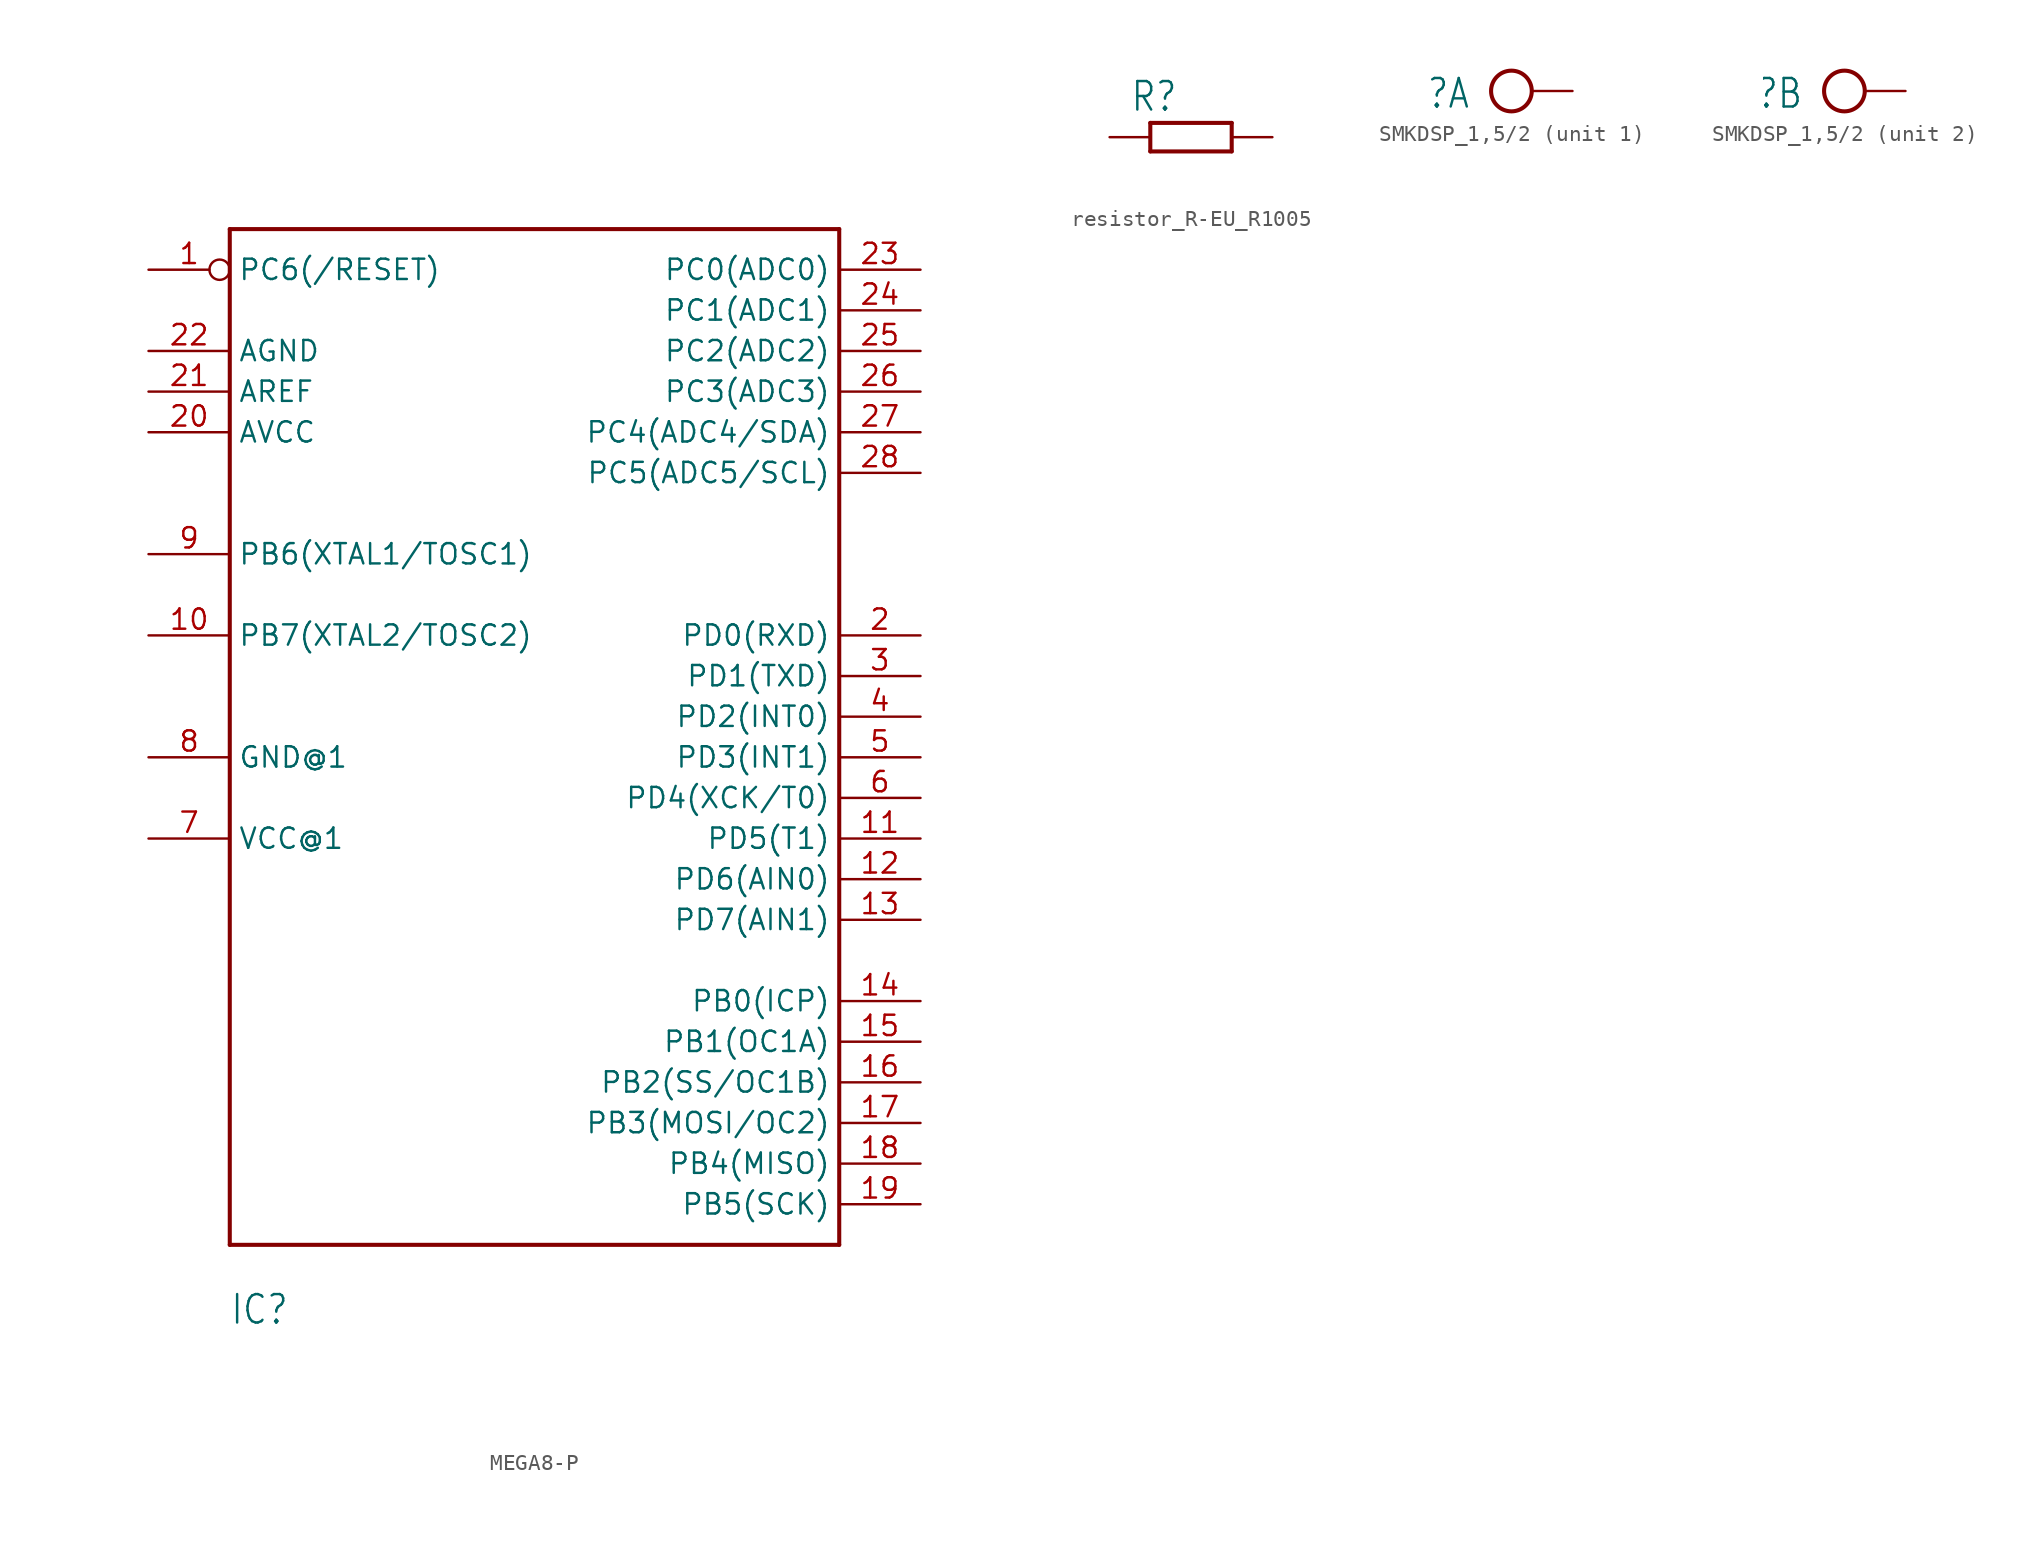
<source format=kicad_sym>
(kicad_symbol_lib
  (version 20231120)
  (generator "kicad_symbol_editor")
  (generator_version "8.0")
  (symbol "MEGA8-P"
    (property "Reference" "IC"
      (at -17.78 -38.1 0)
      (effects (font (size 1.778 1.511)) (justify left bottom)))
    (property "Value" ""
      (at -5.08 33.02 0)
      (effects (font (size 1.778 1.511)) (justify left bottom)))
    (property "ki_locked" ""
      (at 0 0 0)
      (effects (font (size 1.27 1.27))))
    (symbol "MEGA8-P_1_0"
      (polyline (pts (xy -17.78 -33.02) (xy -17.78 30.48)) (stroke (width 0.254) (type solid)) (fill (type none)))
      (polyline (pts (xy -17.78 30.48) (xy 20.32 30.48)) (stroke (width 0.254) (type solid)) (fill (type none)))
      (polyline (pts (xy 20.32 -33.02) (xy -17.78 -33.02)) (stroke (width 0.254) (type solid)) (fill (type none)))
      (polyline (pts (xy 20.32 30.48) (xy 20.32 -33.02)) (stroke (width 0.254) (type solid)) (fill (type none)))
      (pin bidirectional inverted (at -22.86 27.94 0) (length 5.08) (name "PC6(/RESET)" (effects (font (size 1.27 1.27)))) (number "1" (effects (font (size 1.27 1.27)))))
      (pin bidirectional line (at -22.86 5.08 0) (length 5.08) (name "PB7(XTAL2/TOSC2)" (effects (font (size 1.27 1.27)))) (number "10" (effects (font (size 1.27 1.27)))))
      (pin bidirectional line (at 25.4 -7.62 180) (length 5.08) (name "PD5(T1)" (effects (font (size 1.27 1.27)))) (number "11" (effects (font (size 1.27 1.27)))))
      (pin bidirectional line (at 25.4 -10.16 180) (length 5.08) (name "PD6(AIN0)" (effects (font (size 1.27 1.27)))) (number "12" (effects (font (size 1.27 1.27)))))
      (pin bidirectional line (at 25.4 -12.7 180) (length 5.08) (name "PD7(AIN1)" (effects (font (size 1.27 1.27)))) (number "13" (effects (font (size 1.27 1.27)))))
      (pin bidirectional line (at 25.4 -17.78 180) (length 5.08) (name "PB0(ICP)" (effects (font (size 1.27 1.27)))) (number "14" (effects (font (size 1.27 1.27)))))
      (pin bidirectional line (at 25.4 -20.32 180) (length 5.08) (name "PB1(OC1A)" (effects (font (size 1.27 1.27)))) (number "15" (effects (font (size 1.27 1.27)))))
      (pin bidirectional line (at 25.4 -22.86 180) (length 5.08) (name "PB2(SS/OC1B)" (effects (font (size 1.27 1.27)))) (number "16" (effects (font (size 1.27 1.27)))))
      (pin bidirectional line (at 25.4 -25.4 180) (length 5.08) (name "PB3(MOSI/OC2)" (effects (font (size 1.27 1.27)))) (number "17" (effects (font (size 1.27 1.27)))))
      (pin bidirectional line (at 25.4 -27.94 180) (length 5.08) (name "PB4(MISO)" (effects (font (size 1.27 1.27)))) (number "18" (effects (font (size 1.27 1.27)))))
      (pin bidirectional line (at 25.4 -30.48 180) (length 5.08) (name "PB5(SCK)" (effects (font (size 1.27 1.27)))) (number "19" (effects (font (size 1.27 1.27)))))
      (pin bidirectional line (at 25.4 5.08 180) (length 5.08) (name "PD0(RXD)" (effects (font (size 1.27 1.27)))) (number "2" (effects (font (size 1.27 1.27)))))
      (pin bidirectional line (at -22.86 17.78 0) (length 5.08) (name "AVCC" (effects (font (size 1.27 1.27)))) (number "20" (effects (font (size 1.27 1.27)))))
      (pin bidirectional line (at -22.86 20.32 0) (length 5.08) (name "AREF" (effects (font (size 1.27 1.27)))) (number "21" (effects (font (size 1.27 1.27)))))
      (pin bidirectional line (at -22.86 22.86 0) (length 5.08) (name "AGND" (effects (font (size 1.27 1.27)))) (number "22" (effects (font (size 1.27 1.27)))))
      (pin bidirectional line (at 25.4 27.94 180) (length 5.08) (name "PC0(ADC0)" (effects (font (size 1.27 1.27)))) (number "23" (effects (font (size 1.27 1.27)))))
      (pin bidirectional line (at 25.4 25.4 180) (length 5.08) (name "PC1(ADC1)" (effects (font (size 1.27 1.27)))) (number "24" (effects (font (size 1.27 1.27)))))
      (pin bidirectional line (at 25.4 22.86 180) (length 5.08) (name "PC2(ADC2)" (effects (font (size 1.27 1.27)))) (number "25" (effects (font (size 1.27 1.27)))))
      (pin bidirectional line (at 25.4 20.32 180) (length 5.08) (name "PC3(ADC3)" (effects (font (size 1.27 1.27)))) (number "26" (effects (font (size 1.27 1.27)))))
      (pin bidirectional line (at 25.4 17.78 180) (length 5.08) (name "PC4(ADC4/SDA)" (effects (font (size 1.27 1.27)))) (number "27" (effects (font (size 1.27 1.27)))))
      (pin bidirectional line (at 25.4 15.24 180) (length 5.08) (name "PC5(ADC5/SCL)" (effects (font (size 1.27 1.27)))) (number "28" (effects (font (size 1.27 1.27)))))
      (pin bidirectional line (at 25.4 2.54 180) (length 5.08) (name "PD1(TXD)" (effects (font (size 1.27 1.27)))) (number "3" (effects (font (size 1.27 1.27)))))
      (pin bidirectional line (at 25.4 0 180) (length 5.08) (name "PD2(INT0)" (effects (font (size 1.27 1.27)))) (number "4" (effects (font (size 1.27 1.27)))))
      (pin bidirectional line (at 25.4 -2.54 180) (length 5.08) (name "PD3(INT1)" (effects (font (size 1.27 1.27)))) (number "5" (effects (font (size 1.27 1.27)))))
      (pin bidirectional line (at 25.4 -5.08 180) (length 5.08) (name "PD4(XCK/T0)" (effects (font (size 1.27 1.27)))) (number "6" (effects (font (size 1.27 1.27)))))
      (pin bidirectional line (at -22.86 -7.62 0) (length 5.08) (name "VCC@1" (effects (font (size 1.27 1.27)))) (number "7" (effects (font (size 1.27 1.27)))))
      (pin bidirectional line (at -22.86 -2.54 0) (length 5.08) (name "GND@1" (effects (font (size 1.27 1.27)))) (number "8" (effects (font (size 1.27 1.27)))))
      (pin bidirectional line (at -22.86 10.16 0) (length 5.08) (name "PB6(XTAL1/TOSC1)" (effects (font (size 1.27 1.27)))) (number "9" (effects (font (size 1.27 1.27)))))))
  (symbol "resistor_R-EU_R1005"
    (property "Reference" "R"
      (at -3.81 1.499 0)
      (effects (font (size 1.778 1.511)) (justify left bottom)))
    (property "Value" ""
      (at -3.81 -3.302 0)
      (effects (font (size 1.778 1.511)) (justify left bottom)))
    (property "ki_locked" ""
      (at 0 0 0)
      (effects (font (size 1.27 1.27))))
    (symbol "resistor_R-EU_R1005_1_0"
      (polyline (pts (xy -2.54 -0.889) (xy -2.54 0.889)) (stroke (width 0.254) (type solid)) (fill (type none)))
      (polyline (pts (xy -2.54 -0.889) (xy 2.54 -0.889)) (stroke (width 0.254) (type solid)) (fill (type none)))
      (polyline (pts (xy 2.54 -0.889) (xy 2.54 0.889)) (stroke (width 0.254) (type solid)) (fill (type none)))
      (polyline (pts (xy 2.54 0.889) (xy -2.54 0.889)) (stroke (width 0.254) (type solid)) (fill (type none)))
      (pin passive line (at -5.08 0 0) (length 2.54) (name "1" (effects (font (size 0 0)))) (number "1" (effects (font (size 0 0)))))
      (pin passive line (at 5.08 0 180) (length 2.54) (name "2" (effects (font (size 0 0)))) (number "2" (effects (font (size 0 0)))))))
  (symbol "SMKDSP_1,5/2"
    (property "Reference" "X"
      (at -1.27 0.889 0)
      (effects (font (size 1.778 1.511)) (justify right top)))
    (property "ki_locked" ""
      (at 0 0 0)
      (effects (font (size 1.27 1.27))))
    (symbol "SMKDSP_1,5/2_1_0"
      (circle (center 1.27 0) (radius 1.27) (stroke (width 0.254) (type solid)) (fill (type none)))
      (pin passive line (at 5.08 0 180) (length 2.54) (name "KL" (effects (font (size 0 0)))) (number "1" (effects (font (size 0 0))))))
    (symbol "SMKDSP_1,5/2_2_0"
      (circle (center 1.27 0) (radius 1.27) (stroke (width 0.254) (type solid)) (fill (type none)))
      (pin passive line (at 5.08 0 180) (length 2.54) (name "KL" (effects (font (size 0 0)))) (number "2" (effects (font (size 0 0))))))))
</source>
